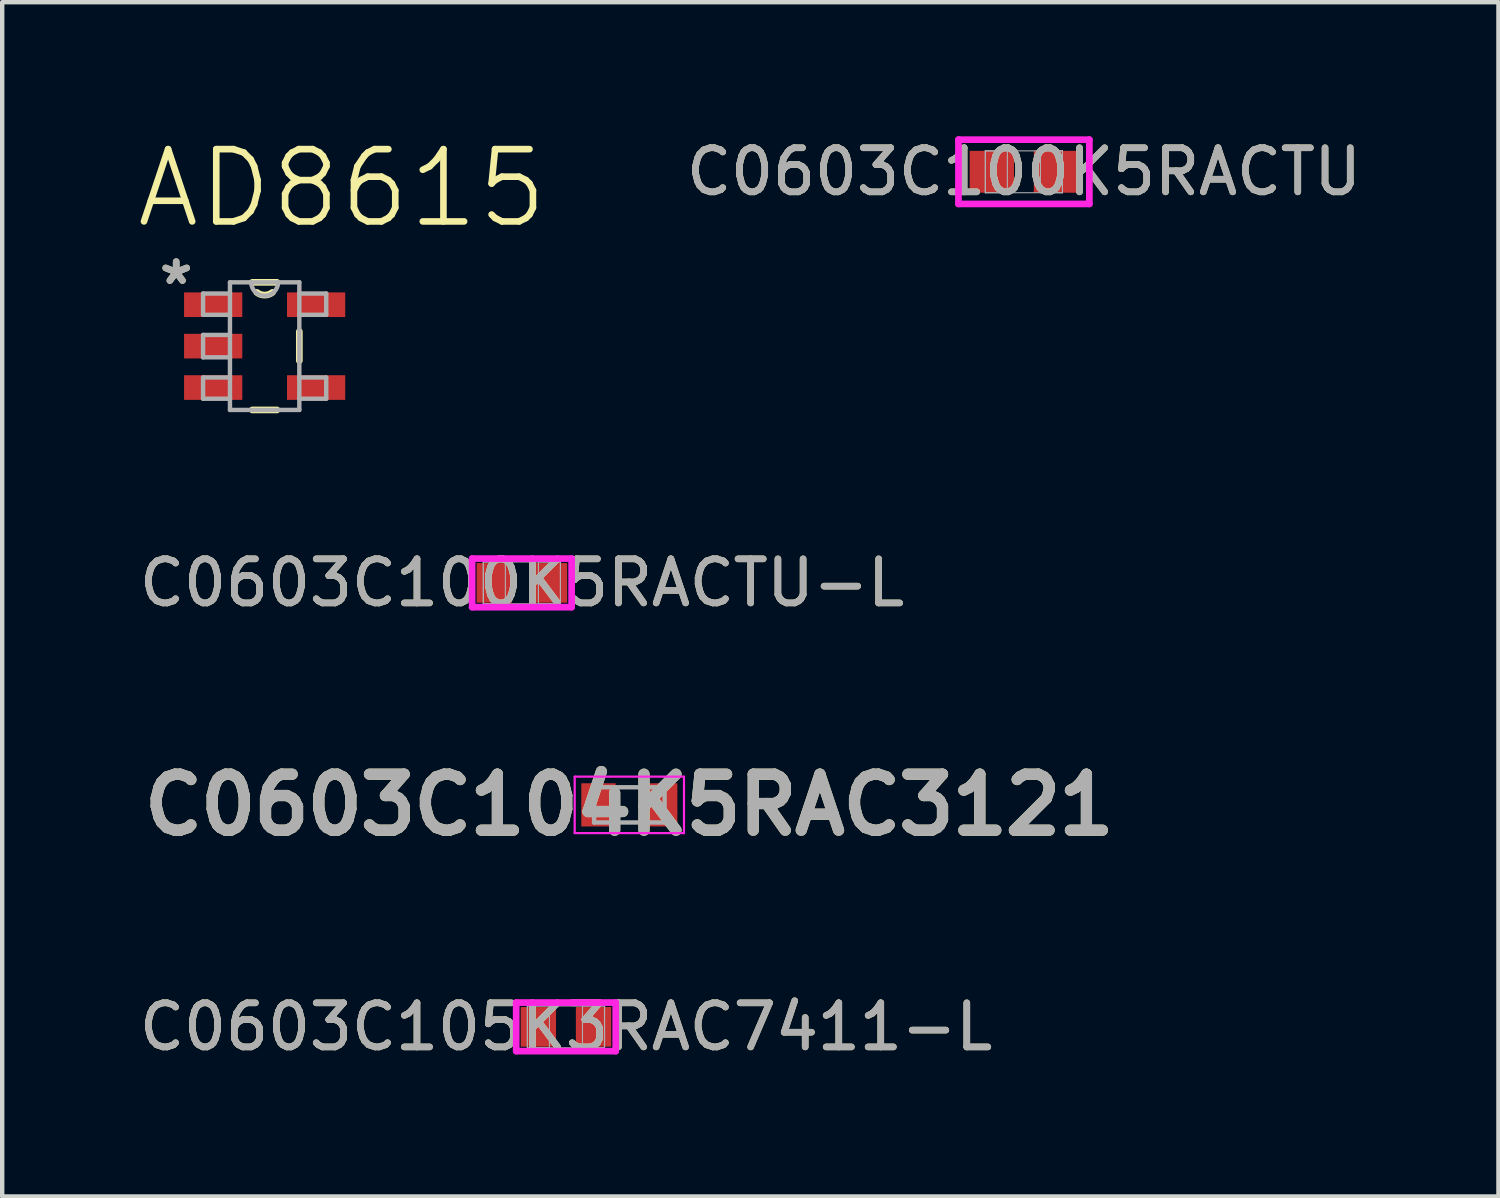
<source format=kicad_pcb>
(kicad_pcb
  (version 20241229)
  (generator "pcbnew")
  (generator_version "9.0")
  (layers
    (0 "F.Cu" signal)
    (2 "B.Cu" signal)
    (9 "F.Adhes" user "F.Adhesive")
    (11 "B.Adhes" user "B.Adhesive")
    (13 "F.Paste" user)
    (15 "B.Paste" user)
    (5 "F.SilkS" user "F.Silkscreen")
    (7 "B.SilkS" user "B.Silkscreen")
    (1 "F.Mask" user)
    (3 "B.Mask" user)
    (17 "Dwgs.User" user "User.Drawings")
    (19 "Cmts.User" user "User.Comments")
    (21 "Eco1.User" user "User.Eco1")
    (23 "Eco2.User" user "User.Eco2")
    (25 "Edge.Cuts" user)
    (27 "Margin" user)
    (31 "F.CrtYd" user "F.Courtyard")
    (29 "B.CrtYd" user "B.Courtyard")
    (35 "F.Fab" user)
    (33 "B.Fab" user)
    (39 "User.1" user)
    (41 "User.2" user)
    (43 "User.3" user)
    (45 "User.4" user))
  (footprint "AD8615"
    (layer "F.Cu")
    (at 2.955 4.804)
    (property "Reference" "AD8615" (at 1.753 -3.581 0) (layer "F.SilkS") (effects (font (size 1.64 1.64) (thickness 0.15))))
    (attr smd)
    (fp_line (start -0.279 1.448) (end 0.279 1.448) (stroke (width 0.152) (type solid)) (layer "F.SilkS"))
    (fp_line (start 0.279 -1.448) (end -0.279 -1.448) (stroke (width 0.152) (type solid)) (layer "F.SilkS"))
    (fp_line (start 0.787 0.33) (end 0.787 -0.33) (stroke (width 0.152) (type solid)) (layer "F.SilkS"))
    (fp_arc (start 0.1778 -1.2192) (mid 0 -1.157979) (end -0.1778 -1.2192) (stroke (width 0.1524) (type solid)) (layer "F.SilkS"))
    (fp_line (start -1.397 -1.194) (end -1.397 -0.711) (stroke (width 0.1) (type solid)) (layer "F.Fab"))
    (fp_line (start -1.397 -0.711) (end -0.787 -0.711) (stroke (width 0.1) (type solid)) (layer "F.Fab"))
    (fp_line (start -1.397 -0.254) (end -1.397 0.254) (stroke (width 0.1) (type solid)) (layer "F.Fab"))
    (fp_line (start -1.397 0.254) (end -0.787 0.254) (stroke (width 0.1) (type solid)) (layer "F.Fab"))
    (fp_line (start -1.397 0.711) (end -1.397 1.194) (stroke (width 0.1) (type solid)) (layer "F.Fab"))
    (fp_line (start -1.397 1.194) (end -0.787 1.194) (stroke (width 0.1) (type solid)) (layer "F.Fab"))
    (fp_line (start -0.787 -1.448) (end -0.787 -1.194) (stroke (width 0.1) (type solid)) (layer "F.Fab"))
    (fp_line (start -0.787 -1.194) (end -1.397 -1.194) (stroke (width 0.1) (type solid)) (layer "F.Fab"))
    (fp_line (start -0.787 -1.194) (end -0.787 -0.711) (stroke (width 0.1) (type solid)) (layer "F.Fab"))
    (fp_line (start -0.787 -0.711) (end -0.787 -0.254) (stroke (width 0.1) (type solid)) (layer "F.Fab"))
    (fp_line (start -0.787 -0.254) (end -1.397 -0.254) (stroke (width 0.1) (type solid)) (layer "F.Fab"))
    (fp_line (start -0.787 -0.254) (end -0.787 0.254) (stroke (width 0.1) (type solid)) (layer "F.Fab"))
    (fp_line (start -0.787 0.254) (end -0.787 0.711) (stroke (width 0.1) (type solid)) (layer "F.Fab"))
    (fp_line (start -0.787 0.711) (end -1.397 0.711) (stroke (width 0.1) (type solid)) (layer "F.Fab"))
    (fp_line (start -0.787 1.194) (end -0.787 0.711) (stroke (width 0.1) (type solid)) (layer "F.Fab"))
    (fp_line (start -0.787 1.448) (end -0.787 1.194) (stroke (width 0.1) (type solid)) (layer "F.Fab"))
    (fp_line (start -0.787 1.448) (end 0.787 1.448) (stroke (width 0.1) (type solid)) (layer "F.Fab"))
    (fp_line (start -0.305 -1.448) (end -0.787 -1.448) (stroke (width 0.1) (type solid)) (layer "F.Fab"))
    (fp_line (start 0.305 -1.448) (end -0.305 -1.448) (stroke (width 0.1) (type solid)) (layer "F.Fab"))
    (fp_line (start 0.787 -1.448) (end 0.305 -1.448) (stroke (width 0.1) (type solid)) (layer "F.Fab"))
    (fp_line (start 0.787 -1.448) (end 0.787 -1.194) (stroke (width 0.1) (type solid)) (layer "F.Fab"))
    (fp_line (start 0.787 -1.194) (end 0.787 -0.711) (stroke (width 0.1) (type solid)) (layer "F.Fab"))
    (fp_line (start 0.787 -0.711) (end 1.397 -0.711) (stroke (width 0.1) (type solid)) (layer "F.Fab"))
    (fp_line (start 0.787 0.711) (end 0.787 -0.711) (stroke (width 0.1) (type solid)) (layer "F.Fab"))
    (fp_line (start 0.787 1.194) (end 0.787 0.711) (stroke (width 0.1) (type solid)) (layer "F.Fab"))
    (fp_line (start 0.787 1.194) (end 1.397 1.194) (stroke (width 0.1) (type solid)) (layer "F.Fab"))
    (fp_line (start 0.787 1.448) (end 0.787 1.194) (stroke (width 0.1) (type solid)) (layer "F.Fab"))
    (fp_line (start 1.397 -1.194) (end 0.787 -1.194) (stroke (width 0.1) (type solid)) (layer "F.Fab"))
    (fp_line (start 1.397 -0.711) (end 1.397 -1.194) (stroke (width 0.1) (type solid)) (layer "F.Fab"))
    (fp_line (start 1.397 0.711) (end 0.787 0.711) (stroke (width 0.1) (type solid)) (layer "F.Fab"))
    (fp_line (start 1.397 1.194) (end 1.397 0.711) (stroke (width 0.1) (type solid)) (layer "F.Fab"))
    (fp_arc (start 0.3048 -1.4478) (mid 0 -1.143) (end -0.3048 -1.4478) (stroke (width 0.1) (type solid)) (layer "F.Fab"))
    (fp_text user "*" (at -2.007 -1.372 0) (layer "F.SilkS") (effects (font (size 1 1) (thickness 0.15))))
    (fp_text user "*" (at -2.007 -1.372 0) (layer "F.Fab") (effects (font (size 1 1) (thickness 0.15))))
    (pad "1" smd rect (at -1.168 -0.94) (size 1.321 0.559) (layers "F.Cu" "F.Mask" "F.Paste"))
    (pad "2" smd rect (at -1.168 0) (size 1.321 0.559) (layers "F.Cu" "F.Mask" "F.Paste"))
    (pad "3" smd rect (at -1.168 0.94) (size 1.321 0.559) (layers "F.Cu" "F.Mask" "F.Paste"))
    (pad "4" smd rect (at 1.168 0.94) (size 1.321 0.559) (layers "F.Cu" "F.Mask" "F.Paste"))
    (pad "5" smd rect (at 1.168 -0.94) (size 1.321 0.559) (layers "F.Cu" "F.Mask" "F.Paste")))
  (footprint "C0603C100K5RACTU-L"
    (layer "F.Cu")
    (at 8.792 10.176)
    (property "Reference" "C0603C100K5RACTU-L" (at 0 0 0) (unlocked yes) (layer "F.SilkS") (effects (font (size 1 1) (thickness 0.15))))
    (attr smd)
    (fp_line (start -1.129 -0.551) (end 1.129 -0.551) (stroke (width 0.152) (type solid)) (layer "F.CrtYd"))
    (fp_line (start -1.129 0.551) (end -1.129 -0.551) (stroke (width 0.152) (type solid)) (layer "F.CrtYd"))
    (fp_line (start 1.129 -0.551) (end 1.129 0.551) (stroke (width 0.152) (type solid)) (layer "F.CrtYd"))
    (fp_line (start 1.129 0.551) (end -1.129 0.551) (stroke (width 0.152) (type solid)) (layer "F.CrtYd"))
    (fp_line (start -0.875 -0.475) (end -0.875 0.475) (stroke (width 0.025) (type solid)) (layer "F.Fab"))
    (fp_line (start -0.875 -0.475) (end -0.875 0.475) (stroke (width 0.025) (type solid)) (layer "F.Fab"))
    (fp_line (start -0.875 0.475) (end -0.375 0.475) (stroke (width 0.025) (type solid)) (layer "F.Fab"))
    (fp_line (start -0.875 0.475) (end 0.875 0.475) (stroke (width 0.025) (type solid)) (layer "F.Fab"))
    (fp_line (start -0.375 -0.475) (end -0.875 -0.475) (stroke (width 0.025) (type solid)) (layer "F.Fab"))
    (fp_line (start -0.375 0.475) (end -0.375 -0.475) (stroke (width 0.025) (type solid)) (layer "F.Fab"))
    (fp_line (start 0.375 -0.475) (end 0.375 0.475) (stroke (width 0.025) (type solid)) (layer "F.Fab"))
    (fp_line (start 0.375 0.475) (end 0.875 0.475) (stroke (width 0.025) (type solid)) (layer "F.Fab"))
    (fp_line (start 0.875 -0.475) (end -0.875 -0.475) (stroke (width 0.025) (type solid)) (layer "F.Fab"))
    (fp_line (start 0.875 -0.475) (end 0.375 -0.475) (stroke (width 0.025) (type solid)) (layer "F.Fab"))
    (fp_line (start 0.875 0.475) (end 0.875 -0.475) (stroke (width 0.025) (type solid)) (layer "F.Fab"))
    (fp_line (start 0.875 0.475) (end 0.875 -0.475) (stroke (width 0.025) (type solid)) (layer "F.Fab"))
    (fp_text user "${REFERENCE}" (at 0 0 0) (unlocked yes) (layer "F.Fab") (effects (font (size 1 1) (thickness 0.15))))
    (pad "1" smd rect (at -0.626 0) (size 0.802 0.899) (layers "F.Cu" "F.Mask" "F.Paste"))
    (pad "2" smd rect (at 0.626 0) (size 0.802 0.899) (layers "F.Cu" "F.Mask" "F.Paste"))
    (zone (net_name "") (layer "F.Cu") (hatch full 0.508) (connect_pads) (min_thickness 0.254) (filled_areas_thickness no) (keepout (tracks not_allowed) (vias not_allowed) (pads allowed) (copperpour not_allowed) (footprints allowed)) (placement (enabled no)) (fill) (polygon (pts (xy 8.617 9.752) (xy 8.966 9.752) (xy 8.966 10.6) (xy 8.617 10.6)))))
  (footprint "C0603C100K5RACTU"
    (layer "F.Cu")
    (at 20.183 0.848)
    (property "Reference" "C0603C100K5RACTU" (at 0 0 0) (unlocked yes) (layer "F.SilkS") (effects (font (size 1 1) (thickness 0.15))))
    (attr smd)
    (fp_line (start -1.485 -0.729) (end 1.485 -0.729) (stroke (width 0.152) (type solid)) (layer "F.CrtYd"))
    (fp_line (start -1.485 0.729) (end -1.485 -0.729) (stroke (width 0.152) (type solid)) (layer "F.CrtYd"))
    (fp_line (start 1.485 -0.729) (end 1.485 0.729) (stroke (width 0.152) (type solid)) (layer "F.CrtYd"))
    (fp_line (start 1.485 0.729) (end -1.485 0.729) (stroke (width 0.152) (type solid)) (layer "F.CrtYd"))
    (fp_line (start -0.875 -0.475) (end -0.875 0.475) (stroke (width 0.025) (type solid)) (layer "F.Fab"))
    (fp_line (start -0.875 -0.475) (end -0.875 0.475) (stroke (width 0.025) (type solid)) (layer "F.Fab"))
    (fp_line (start -0.875 0.475) (end -0.375 0.475) (stroke (width 0.025) (type solid)) (layer "F.Fab"))
    (fp_line (start -0.875 0.475) (end 0.875 0.475) (stroke (width 0.025) (type solid)) (layer "F.Fab"))
    (fp_line (start -0.375 -0.475) (end -0.875 -0.475) (stroke (width 0.025) (type solid)) (layer "F.Fab"))
    (fp_line (start -0.375 0.475) (end -0.375 -0.475) (stroke (width 0.025) (type solid)) (layer "F.Fab"))
    (fp_line (start 0.375 -0.475) (end 0.375 0.475) (stroke (width 0.025) (type solid)) (layer "F.Fab"))
    (fp_line (start 0.375 0.475) (end 0.875 0.475) (stroke (width 0.025) (type solid)) (layer "F.Fab"))
    (fp_line (start 0.875 -0.475) (end -0.875 -0.475) (stroke (width 0.025) (type solid)) (layer "F.Fab"))
    (fp_line (start 0.875 -0.475) (end 0.375 -0.475) (stroke (width 0.025) (type solid)) (layer "F.Fab"))
    (fp_line (start 0.875 0.475) (end 0.875 -0.475) (stroke (width 0.025) (type solid)) (layer "F.Fab"))
    (fp_line (start 0.875 0.475) (end 0.875 -0.475) (stroke (width 0.025) (type solid)) (layer "F.Fab"))
    (fp_text user "${REFERENCE}" (at 0 0 0) (unlocked yes) (layer "F.Fab") (effects (font (size 1 1) (thickness 0.15))))
    (pad "1" smd rect (at -0.728 0) (size 1.006 0.95) (layers "F.Cu" "F.Mask" "F.Paste"))
    (pad "2" smd rect (at 0.728 0) (size 1.006 0.95) (layers "F.Cu" "F.Mask" "F.Paste"))
    (zone (net_name "") (layer "F.Cu") (hatch full 0.508) (connect_pads) (min_thickness 0.254) (filled_areas_thickness no) (keepout (tracks not_allowed) (vias not_allowed) (pads allowed) (copperpour not_allowed) (footprints allowed)) (placement (enabled no)) (fill) (polygon (pts (xy 20.009 0.424) (xy 20.357 0.424) (xy 20.357 1.272) (xy 20.009 1.272)))))
  (footprint "C0603C105K3RAC7411-L"
    (layer "F.Cu")
    (at 9.792 20.25)
    (property "Reference" "C0603C105K3RAC7411-L" (at 0 0 0) (unlocked yes) (layer "F.SilkS") (effects (font (size 1 1) (thickness 0.15))))
    (attr smd)
    (fp_line (start -1.129 -0.551) (end 1.129 -0.551) (stroke (width 0.152) (type solid)) (layer "F.CrtYd"))
    (fp_line (start -1.129 0.551) (end -1.129 -0.551) (stroke (width 0.152) (type solid)) (layer "F.CrtYd"))
    (fp_line (start 1.129 -0.551) (end 1.129 0.551) (stroke (width 0.152) (type solid)) (layer "F.CrtYd"))
    (fp_line (start 1.129 0.551) (end -1.129 0.551) (stroke (width 0.152) (type solid)) (layer "F.CrtYd"))
    (fp_line (start -0.875 -0.475) (end -0.875 0.475) (stroke (width 0.025) (type solid)) (layer "F.Fab"))
    (fp_line (start -0.875 -0.475) (end -0.875 0.475) (stroke (width 0.025) (type solid)) (layer "F.Fab"))
    (fp_line (start -0.875 0.475) (end -0.375 0.475) (stroke (width 0.025) (type solid)) (layer "F.Fab"))
    (fp_line (start -0.875 0.475) (end 0.875 0.475) (stroke (width 0.025) (type solid)) (layer "F.Fab"))
    (fp_line (start -0.375 -0.475) (end -0.875 -0.475) (stroke (width 0.025) (type solid)) (layer "F.Fab"))
    (fp_line (start -0.375 0.475) (end -0.375 -0.475) (stroke (width 0.025) (type solid)) (layer "F.Fab"))
    (fp_line (start 0.375 -0.475) (end 0.375 0.475) (stroke (width 0.025) (type solid)) (layer "F.Fab"))
    (fp_line (start 0.375 0.475) (end 0.875 0.475) (stroke (width 0.025) (type solid)) (layer "F.Fab"))
    (fp_line (start 0.875 -0.475) (end -0.875 -0.475) (stroke (width 0.025) (type solid)) (layer "F.Fab"))
    (fp_line (start 0.875 -0.475) (end 0.375 -0.475) (stroke (width 0.025) (type solid)) (layer "F.Fab"))
    (fp_line (start 0.875 0.475) (end 0.875 -0.475) (stroke (width 0.025) (type solid)) (layer "F.Fab"))
    (fp_line (start 0.875 0.475) (end 0.875 -0.475) (stroke (width 0.025) (type solid)) (layer "F.Fab"))
    (fp_text user "${REFERENCE}" (at 0 0 0) (unlocked yes) (layer "F.Fab") (effects (font (size 1 1) (thickness 0.15))))
    (pad "1" smd rect (at -0.626 0) (size 0.802 0.899) (layers "F.Cu" "F.Mask" "F.Paste"))
    (pad "2" smd rect (at 0.626 0) (size 0.802 0.899) (layers "F.Cu" "F.Mask" "F.Paste"))
    (zone (net_name "") (layer "F.Cu") (hatch full 0.508) (connect_pads) (min_thickness 0.254) (filled_areas_thickness no) (keepout (tracks not_allowed) (vias not_allowed) (pads allowed) (copperpour not_allowed) (footprints allowed)) (placement (enabled no)) (fill) (polygon (pts (xy 9.617 19.826) (xy 9.966 19.826) (xy 9.966 20.674) (xy 9.617 20.674)))))
  (footprint "C0603C104K5RAC3121"
    (layer "F.Cu")
    (at 11.23 15.213)
    (property "Reference" "C0603C104K5RAC3121" (at 0 0 0) (layer "F.SilkS") (effects (font (size 1.27 1.27) (thickness 0.254))))
    (attr smd)
    (fp_line (start -1.24 -0.64) (end 1.24 -0.64) (stroke (width 0.05) (type solid)) (layer "F.CrtYd"))
    (fp_line (start -1.24 0.64) (end -1.24 -0.64) (stroke (width 0.05) (type solid)) (layer "F.CrtYd"))
    (fp_line (start 1.24 -0.64) (end 1.24 0.64) (stroke (width 0.05) (type solid)) (layer "F.CrtYd"))
    (fp_line (start 1.24 0.64) (end -1.24 0.64) (stroke (width 0.05) (type solid)) (layer "F.CrtYd"))
    (fp_line (start -0.8 -0.4) (end 0.8 -0.4) (stroke (width 0.1) (type solid)) (layer "F.Fab"))
    (fp_line (start -0.8 0.4) (end -0.8 -0.4) (stroke (width 0.1) (type solid)) (layer "F.Fab"))
    (fp_line (start 0.8 -0.4) (end 0.8 0.4) (stroke (width 0.1) (type solid)) (layer "F.Fab"))
    (fp_line (start 0.8 0.4) (end -0.8 0.4) (stroke (width 0.1) (type solid)) (layer "F.Fab"))
    (fp_text user "${REFERENCE}" (at 0 0 0) (layer "F.Fab") (effects (font (size 1.27 1.27) (thickness 0.254))))
    (pad "1" smd rect (at -0.7 0) (size 0.78 0.98) (layers "F.Cu" "F.Mask" "F.Paste"))
    (pad "2" smd rect (at 0.7 0) (size 0.78 0.98) (layers "F.Cu" "F.Mask" "F.Paste")))
  (gr_rect
    (start -3 -3)
    (end 30.951 24.098)
    (stroke (width 0.1) (type default))
    (fill no)
    (layer "Edge.Cuts")))
</source>
